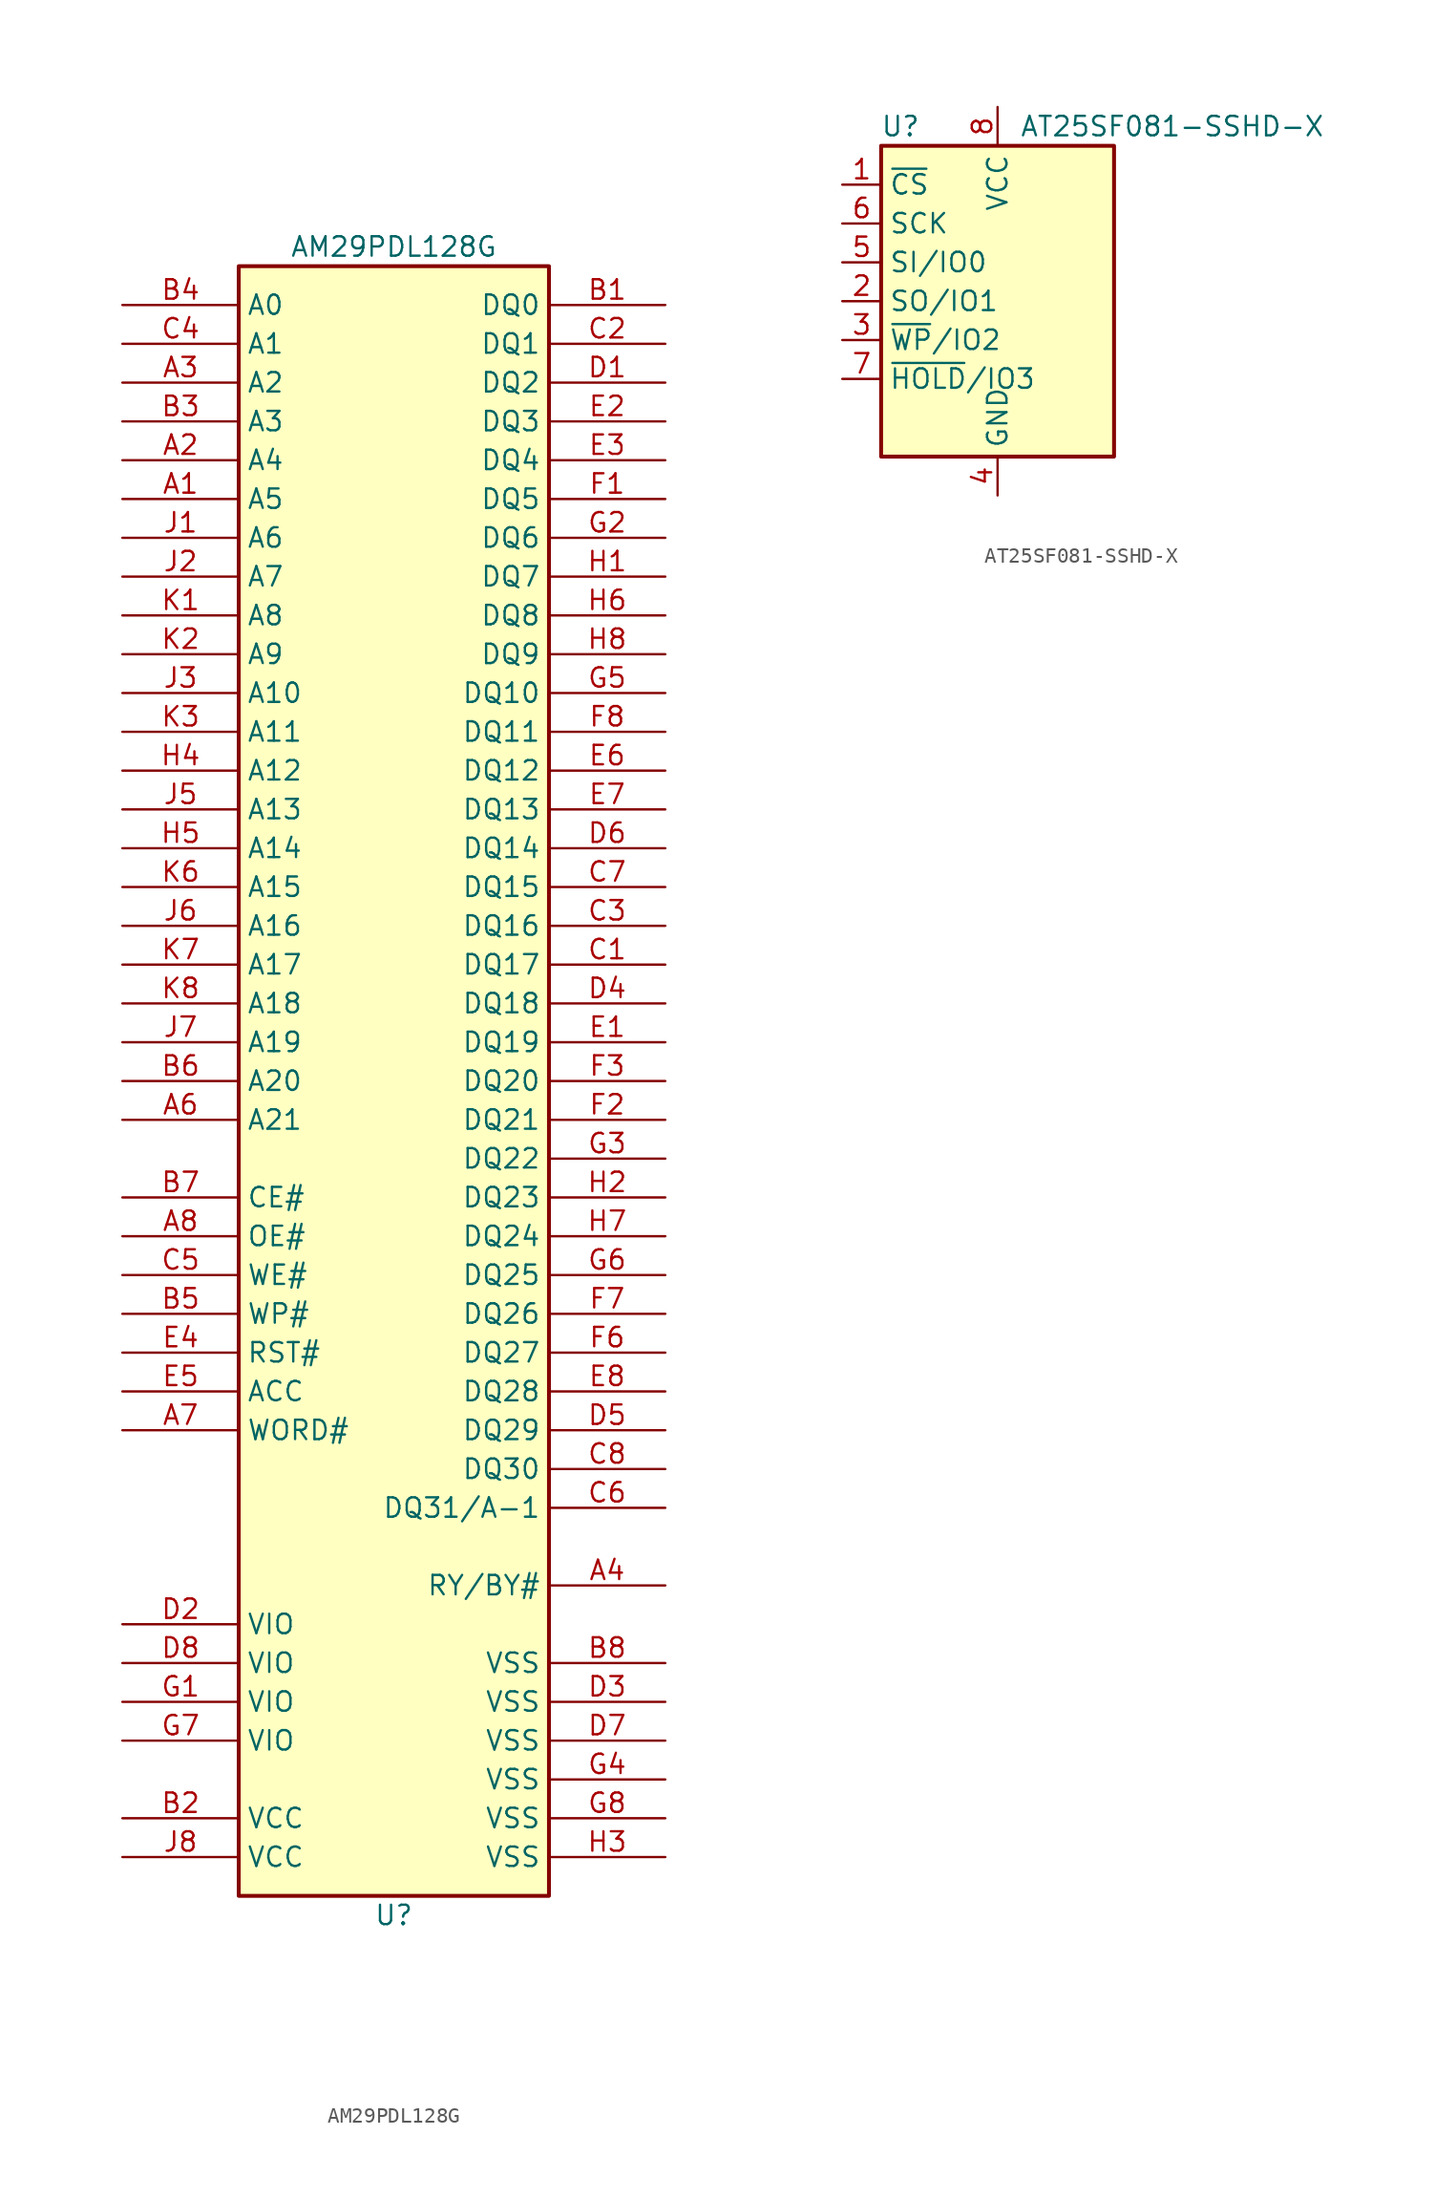
<source format=kicad_sym>
(kicad_symbol_lib
  (version 20220914)
  (generator kicad_symbol_editor)
  (symbol "AM29PDL128G"
    (property "Reference" "U"
      (at 0 -54.61 0)
      (effects (font (size 1.27 1.27))))
    (property "Value" "AM29PDL128G"
      (at 0 54.61 0)
      (effects (font (size 1.27 1.27))))
    (symbol "AM29PDL128G_0_1"
      (rectangle (start -10.16 53.34) (end 10.16 -53.34) (stroke (width 0.254) (type default)) (fill (type background))))
    (symbol "AM29PDL128G_1_1"
      (pin input line (at -17.78 38.1 0) (length 7.62) (name "A5" (effects (font (size 1.27 1.27)))) (number "A1" (effects (font (size 1.27 1.27)))))
      (pin input line (at -17.78 40.64 0) (length 7.62) (name "A4" (effects (font (size 1.27 1.27)))) (number "A2" (effects (font (size 1.27 1.27)))))
      (pin input line (at -17.78 45.72 0) (length 7.62) (name "A2" (effects (font (size 1.27 1.27)))) (number "A3" (effects (font (size 1.27 1.27)))))
      (pin output line (at 17.78 -33.02 180) (length 7.62) (name "RY/BY#" (effects (font (size 1.27 1.27)))) (number "A4" (effects (font (size 1.27 1.27)))))
      (pin input line (at -17.78 -2.54 0) (length 7.62) (name "A21" (effects (font (size 1.27 1.27)))) (number "A6" (effects (font (size 1.27 1.27)))))
      (pin input line (at -17.78 -22.86 0) (length 7.62) (name "WORD#" (effects (font (size 1.27 1.27)))) (number "A7" (effects (font (size 1.27 1.27)))))
      (pin input line (at -17.78 -10.16 0) (length 7.62) (name "OE#" (effects (font (size 1.27 1.27)))) (number "A8" (effects (font (size 1.27 1.27)))))
      (pin bidirectional line (at 17.78 50.8 180) (length 7.62) (name "DQ0" (effects (font (size 1.27 1.27)))) (number "B1" (effects (font (size 1.27 1.27)))))
      (pin power_in line (at -17.78 -48.26 0) (length 7.62) (name "VCC" (effects (font (size 1.27 1.27)))) (number "B2" (effects (font (size 1.27 1.27)))))
      (pin input line (at -17.78 43.18 0) (length 7.62) (name "A3" (effects (font (size 1.27 1.27)))) (number "B3" (effects (font (size 1.27 1.27)))))
      (pin input line (at -17.78 50.8 0) (length 7.62) (name "A0" (effects (font (size 1.27 1.27)))) (number "B4" (effects (font (size 1.27 1.27)))))
      (pin input line (at -17.78 -15.24 0) (length 7.62) (name "WP#" (effects (font (size 1.27 1.27)))) (number "B5" (effects (font (size 1.27 1.27)))))
      (pin input line (at -17.78 0 0) (length 7.62) (name "A20" (effects (font (size 1.27 1.27)))) (number "B6" (effects (font (size 1.27 1.27)))))
      (pin input line (at -17.78 -7.62 0) (length 7.62) (name "CE#" (effects (font (size 1.27 1.27)))) (number "B7" (effects (font (size 1.27 1.27)))))
      (pin power_in line (at 17.78 -38.1 180) (length 7.62) (name "VSS" (effects (font (size 1.27 1.27)))) (number "B8" (effects (font (size 1.27 1.27)))))
      (pin bidirectional line (at 17.78 7.62 180) (length 7.62) (name "DQ17" (effects (font (size 1.27 1.27)))) (number "C1" (effects (font (size 1.27 1.27)))))
      (pin bidirectional line (at 17.78 48.26 180) (length 7.62) (name "DQ1" (effects (font (size 1.27 1.27)))) (number "C2" (effects (font (size 1.27 1.27)))))
      (pin bidirectional line (at 17.78 10.16 180) (length 7.62) (name "DQ16" (effects (font (size 1.27 1.27)))) (number "C3" (effects (font (size 1.27 1.27)))))
      (pin input line (at -17.78 48.26 0) (length 7.62) (name "A1" (effects (font (size 1.27 1.27)))) (number "C4" (effects (font (size 1.27 1.27)))))
      (pin input line (at -17.78 -12.7 0) (length 7.62) (name "WE#" (effects (font (size 1.27 1.27)))) (number "C5" (effects (font (size 1.27 1.27)))))
      (pin bidirectional line (at 17.78 -27.94 180) (length 7.62) (name "DQ31/A-1" (effects (font (size 1.27 1.27)))) (number "C6" (effects (font (size 1.27 1.27)))))
      (pin bidirectional line (at 17.78 12.7 180) (length 7.62) (name "DQ15" (effects (font (size 1.27 1.27)))) (number "C7" (effects (font (size 1.27 1.27)))))
      (pin bidirectional line (at 17.78 -25.4 180) (length 7.62) (name "DQ30" (effects (font (size 1.27 1.27)))) (number "C8" (effects (font (size 1.27 1.27)))))
      (pin bidirectional line (at 17.78 45.72 180) (length 7.62) (name "DQ2" (effects (font (size 1.27 1.27)))) (number "D1" (effects (font (size 1.27 1.27)))))
      (pin input line (at -17.78 -35.56 0) (length 7.62) (name "VIO" (effects (font (size 1.27 1.27)))) (number "D2" (effects (font (size 1.27 1.27)))))
      (pin power_in line (at 17.78 -40.64 180) (length 7.62) (name "VSS" (effects (font (size 1.27 1.27)))) (number "D3" (effects (font (size 1.27 1.27)))))
      (pin bidirectional line (at 17.78 5.08 180) (length 7.62) (name "DQ18" (effects (font (size 1.27 1.27)))) (number "D4" (effects (font (size 1.27 1.27)))))
      (pin bidirectional line (at 17.78 -22.86 180) (length 7.62) (name "DQ29" (effects (font (size 1.27 1.27)))) (number "D5" (effects (font (size 1.27 1.27)))))
      (pin bidirectional line (at 17.78 15.24 180) (length 7.62) (name "DQ14" (effects (font (size 1.27 1.27)))) (number "D6" (effects (font (size 1.27 1.27)))))
      (pin power_in line (at 17.78 -43.18 180) (length 7.62) (name "VSS" (effects (font (size 1.27 1.27)))) (number "D7" (effects (font (size 1.27 1.27)))))
      (pin input line (at -17.78 -38.1 0) (length 7.62) (name "VIO" (effects (font (size 1.27 1.27)))) (number "D8" (effects (font (size 1.27 1.27)))))
      (pin bidirectional line (at 17.78 2.54 180) (length 7.62) (name "DQ19" (effects (font (size 1.27 1.27)))) (number "E1" (effects (font (size 1.27 1.27)))))
      (pin bidirectional line (at 17.78 43.18 180) (length 7.62) (name "DQ3" (effects (font (size 1.27 1.27)))) (number "E2" (effects (font (size 1.27 1.27)))))
      (pin bidirectional line (at 17.78 40.64 180) (length 7.62) (name "DQ4" (effects (font (size 1.27 1.27)))) (number "E3" (effects (font (size 1.27 1.27)))))
      (pin input line (at -17.78 -17.78 0) (length 7.62) (name "RST#" (effects (font (size 1.27 1.27)))) (number "E4" (effects (font (size 1.27 1.27)))))
      (pin input line (at -17.78 -20.32 0) (length 7.62) (name "ACC" (effects (font (size 1.27 1.27)))) (number "E5" (effects (font (size 1.27 1.27)))))
      (pin bidirectional line (at 17.78 20.32 180) (length 7.62) (name "DQ12" (effects (font (size 1.27 1.27)))) (number "E6" (effects (font (size 1.27 1.27)))))
      (pin bidirectional line (at 17.78 17.78 180) (length 7.62) (name "DQ13" (effects (font (size 1.27 1.27)))) (number "E7" (effects (font (size 1.27 1.27)))))
      (pin bidirectional line (at 17.78 -20.32 180) (length 7.62) (name "DQ28" (effects (font (size 1.27 1.27)))) (number "E8" (effects (font (size 1.27 1.27)))))
      (pin bidirectional line (at 17.78 38.1 180) (length 7.62) (name "DQ5" (effects (font (size 1.27 1.27)))) (number "F1" (effects (font (size 1.27 1.27)))))
      (pin bidirectional line (at 17.78 -2.54 180) (length 7.62) (name "DQ21" (effects (font (size 1.27 1.27)))) (number "F2" (effects (font (size 1.27 1.27)))))
      (pin bidirectional line (at 17.78 0 180) (length 7.62) (name "DQ20" (effects (font (size 1.27 1.27)))) (number "F3" (effects (font (size 1.27 1.27)))))
      (pin bidirectional line (at 17.78 -17.78 180) (length 7.62) (name "DQ27" (effects (font (size 1.27 1.27)))) (number "F6" (effects (font (size 1.27 1.27)))))
      (pin bidirectional line (at 17.78 -15.24 180) (length 7.62) (name "DQ26" (effects (font (size 1.27 1.27)))) (number "F7" (effects (font (size 1.27 1.27)))))
      (pin bidirectional line (at 17.78 22.86 180) (length 7.62) (name "DQ11" (effects (font (size 1.27 1.27)))) (number "F8" (effects (font (size 1.27 1.27)))))
      (pin input line (at -17.78 -40.64 0) (length 7.62) (name "VIO" (effects (font (size 1.27 1.27)))) (number "G1" (effects (font (size 1.27 1.27)))))
      (pin bidirectional line (at 17.78 35.56 180) (length 7.62) (name "DQ6" (effects (font (size 1.27 1.27)))) (number "G2" (effects (font (size 1.27 1.27)))))
      (pin bidirectional line (at 17.78 -5.08 180) (length 7.62) (name "DQ22" (effects (font (size 1.27 1.27)))) (number "G3" (effects (font (size 1.27 1.27)))))
      (pin passive line (at 17.78 -45.72 180) (length 7.62) (name "VSS" (effects (font (size 1.27 1.27)))) (number "G4" (effects (font (size 1.27 1.27)))))
      (pin bidirectional line (at 17.78 25.4 180) (length 7.62) (name "DQ10" (effects (font (size 1.27 1.27)))) (number "G5" (effects (font (size 1.27 1.27)))))
      (pin bidirectional line (at 17.78 -12.7 180) (length 7.62) (name "DQ25" (effects (font (size 1.27 1.27)))) (number "G6" (effects (font (size 1.27 1.27)))))
      (pin input line (at -17.78 -43.18 0) (length 7.62) (name "VIO" (effects (font (size 1.27 1.27)))) (number "G7" (effects (font (size 1.27 1.27)))))
      (pin power_in line (at 17.78 -48.26 180) (length 7.62) (name "VSS" (effects (font (size 1.27 1.27)))) (number "G8" (effects (font (size 1.27 1.27)))))
      (pin bidirectional line (at 17.78 33.02 180) (length 7.62) (name "DQ7" (effects (font (size 1.27 1.27)))) (number "H1" (effects (font (size 1.27 1.27)))))
      (pin bidirectional line (at 17.78 -7.62 180) (length 7.62) (name "DQ23" (effects (font (size 1.27 1.27)))) (number "H2" (effects (font (size 1.27 1.27)))))
      (pin power_in line (at 17.78 -50.8 180) (length 7.62) (name "VSS" (effects (font (size 1.27 1.27)))) (number "H3" (effects (font (size 1.27 1.27)))))
      (pin input line (at -17.78 20.32 0) (length 7.62) (name "A12" (effects (font (size 1.27 1.27)))) (number "H4" (effects (font (size 1.27 1.27)))))
      (pin input line (at -17.78 15.24 0) (length 7.62) (name "A14" (effects (font (size 1.27 1.27)))) (number "H5" (effects (font (size 1.27 1.27)))))
      (pin bidirectional line (at 17.78 30.48 180) (length 7.62) (name "DQ8" (effects (font (size 1.27 1.27)))) (number "H6" (effects (font (size 1.27 1.27)))))
      (pin bidirectional line (at 17.78 -10.16 180) (length 7.62) (name "DQ24" (effects (font (size 1.27 1.27)))) (number "H7" (effects (font (size 1.27 1.27)))))
      (pin bidirectional line (at 17.78 27.94 180) (length 7.62) (name "DQ9" (effects (font (size 1.27 1.27)))) (number "H8" (effects (font (size 1.27 1.27)))))
      (pin input line (at -17.78 35.56 0) (length 7.62) (name "A6" (effects (font (size 1.27 1.27)))) (number "J1" (effects (font (size 1.27 1.27)))))
      (pin input line (at -17.78 33.02 0) (length 7.62) (name "A7" (effects (font (size 1.27 1.27)))) (number "J2" (effects (font (size 1.27 1.27)))))
      (pin input line (at -17.78 25.4 0) (length 7.62) (name "A10" (effects (font (size 1.27 1.27)))) (number "J3" (effects (font (size 1.27 1.27)))))
      (pin input line (at -17.78 17.78 0) (length 7.62) (name "A13" (effects (font (size 1.27 1.27)))) (number "J5" (effects (font (size 1.27 1.27)))))
      (pin input line (at -17.78 10.16 0) (length 7.62) (name "A16" (effects (font (size 1.27 1.27)))) (number "J6" (effects (font (size 1.27 1.27)))))
      (pin input line (at -17.78 2.54 0) (length 7.62) (name "A19" (effects (font (size 1.27 1.27)))) (number "J7" (effects (font (size 1.27 1.27)))))
      (pin power_in line (at -17.78 -50.8 0) (length 7.62) (name "VCC" (effects (font (size 1.27 1.27)))) (number "J8" (effects (font (size 1.27 1.27)))))
      (pin input line (at -17.78 30.48 0) (length 7.62) (name "A8" (effects (font (size 1.27 1.27)))) (number "K1" (effects (font (size 1.27 1.27)))))
      (pin input line (at -17.78 27.94 0) (length 7.62) (name "A9" (effects (font (size 1.27 1.27)))) (number "K2" (effects (font (size 1.27 1.27)))))
      (pin input line (at -17.78 22.86 0) (length 7.62) (name "A11" (effects (font (size 1.27 1.27)))) (number "K3" (effects (font (size 1.27 1.27)))))
      (pin input line (at -17.78 12.7 0) (length 7.62) (name "A15" (effects (font (size 1.27 1.27)))) (number "K6" (effects (font (size 1.27 1.27)))))
      (pin input line (at -17.78 7.62 0) (length 7.62) (name "A17" (effects (font (size 1.27 1.27)))) (number "K7" (effects (font (size 1.27 1.27)))))
      (pin input line (at -17.78 5.08 0) (length 7.62) (name "A18" (effects (font (size 1.27 1.27)))) (number "K8" (effects (font (size 1.27 1.27)))))))
  (symbol "AT25SF081-SSHD-X"
    (property "Reference" "U"
      (at -6.35 11.43 0)
      (effects (font (size 1.27 1.27))))
    (property "Value" "AT25SF081-SSHD-X"
      (at 11.43 11.43 0)
      (effects (font (size 1.27 1.27))))
    (symbol "AT25SF081-SSHD-X_0_1"
      (rectangle (start -7.62 10.16) (end 7.62 -10.16) (stroke (width 0.254) (type default)) (fill (type background))))
    (symbol "AT25SF081-SSHD-X_1_1"
      (pin input line (at -10.16 7.62 0) (length 2.54) (name "~{CS}" (effects (font (size 1.27 1.27)))) (number "1" (effects (font (size 1.27 1.27)))))
      (pin bidirectional line (at -10.16 0 0) (length 2.54) (name "SO/IO1" (effects (font (size 1.27 1.27)))) (number "2" (effects (font (size 1.27 1.27)))))
      (pin bidirectional line (at -10.16 -2.54 0) (length 2.54) (name "~{WP}/IO2" (effects (font (size 1.27 1.27)))) (number "3" (effects (font (size 1.27 1.27)))))
      (pin power_in line (at 0 -12.7 90) (length 2.54) (name "GND" (effects (font (size 1.27 1.27)))) (number "4" (effects (font (size 1.27 1.27)))))
      (pin bidirectional line (at -10.16 2.54 0) (length 2.54) (name "SI/IO0" (effects (font (size 1.27 1.27)))) (number "5" (effects (font (size 1.27 1.27)))))
      (pin input line (at -10.16 5.08 0) (length 2.54) (name "SCK" (effects (font (size 1.27 1.27)))) (number "6" (effects (font (size 1.27 1.27)))))
      (pin bidirectional line (at -10.16 -5.08 0) (length 2.54) (name "~{HOLD}/IO3" (effects (font (size 1.27 1.27)))) (number "7" (effects (font (size 1.27 1.27)))))
      (pin power_in line (at 0 12.7 270) (length 2.54) (name "VCC" (effects (font (size 1.27 1.27)))) (number "8" (effects (font (size 1.27 1.27))))))))
</source>
